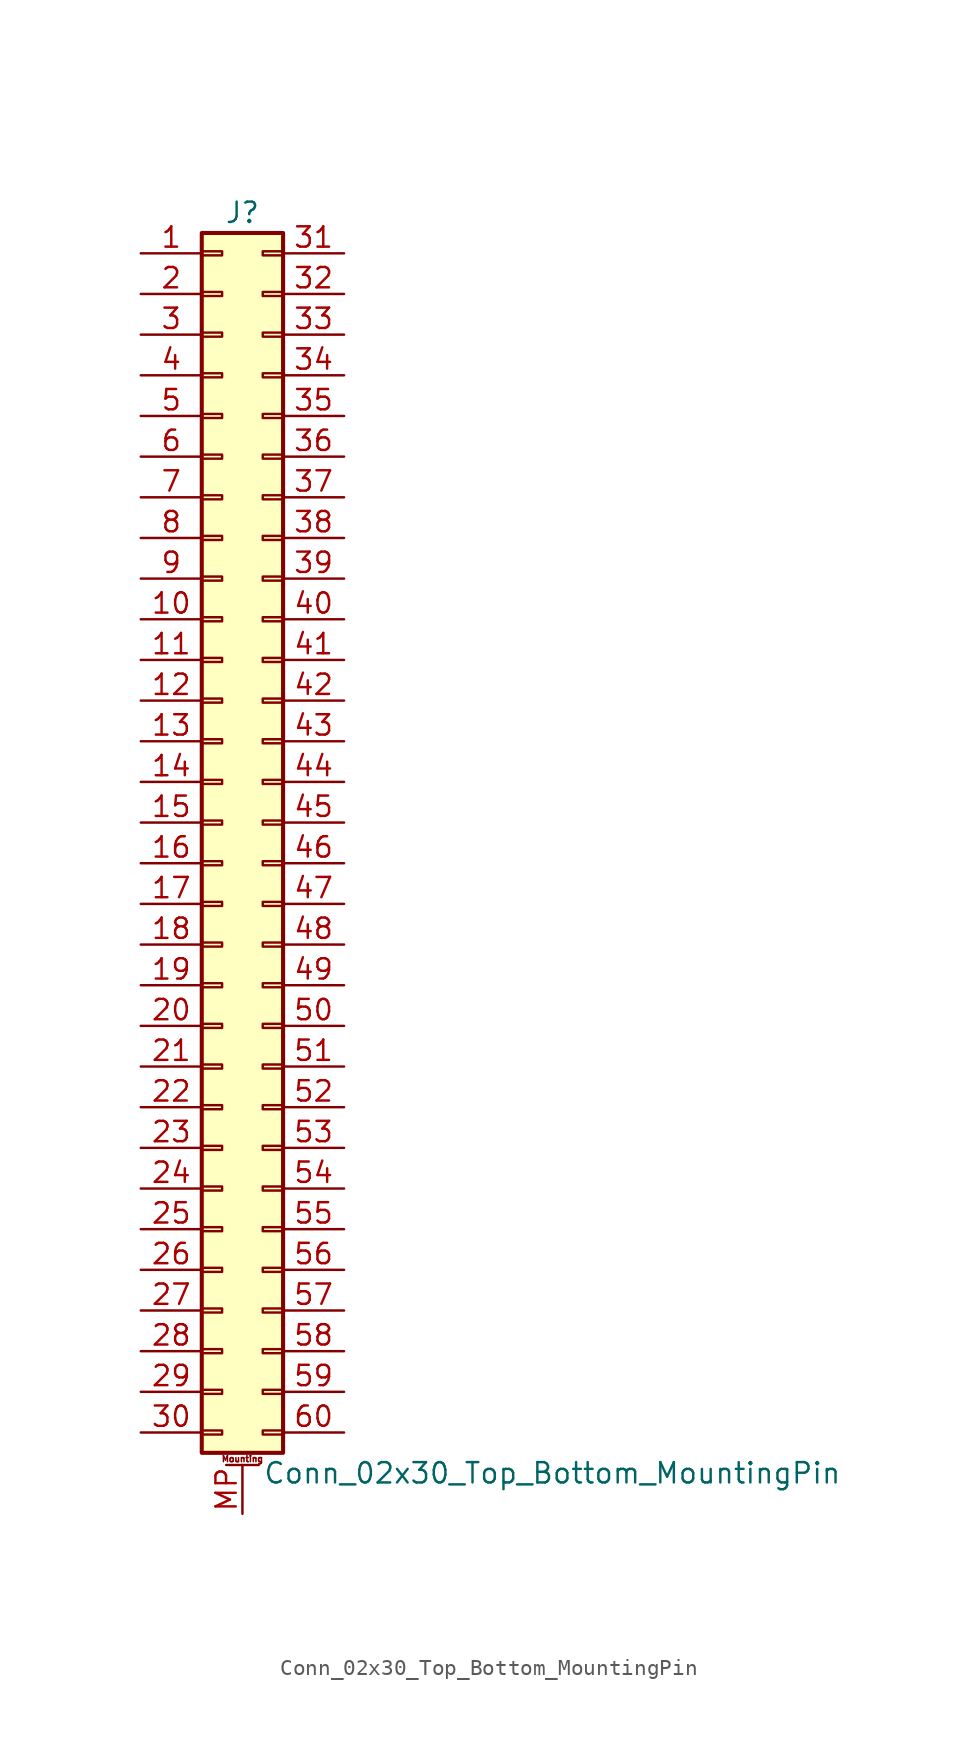
<source format=kicad_sym>
(kicad_symbol_lib
  (version 20211014)
  (generator kicad_symbol_editor)
  (symbol "Conn_02x30_Top_Bottom_MountingPin"
    (pin_names
      (offset 1.016) hide)
    (property "Reference" "J"
      (at 1.27 38.1 0)
      (effects (font (size 1.27 1.27))))
    (property "Value" "Conn_02x30_Top_Bottom_MountingPin"
      (at 2.54 -40.64 0)
      (effects (font (size 1.27 1.27)) (justify left)))
    (symbol "Conn_02x30_Top_Bottom_MountingPin_1_1"
      (rectangle (start -1.27 -37.973) (end 0 -38.227) (stroke (width 0.152) (type default) (color 0 0 0 0)) (fill (type none)))
      (rectangle (start -1.27 -35.433) (end 0 -35.687) (stroke (width 0.152) (type default) (color 0 0 0 0)) (fill (type none)))
      (rectangle (start -1.27 -32.893) (end 0 -33.147) (stroke (width 0.152) (type default) (color 0 0 0 0)) (fill (type none)))
      (rectangle (start -1.27 -30.353) (end 0 -30.607) (stroke (width 0.152) (type default) (color 0 0 0 0)) (fill (type none)))
      (rectangle (start -1.27 -27.813) (end 0 -28.067) (stroke (width 0.152) (type default) (color 0 0 0 0)) (fill (type none)))
      (rectangle (start -1.27 -25.273) (end 0 -25.527) (stroke (width 0.152) (type default) (color 0 0 0 0)) (fill (type none)))
      (rectangle (start -1.27 -22.733) (end 0 -22.987) (stroke (width 0.152) (type default) (color 0 0 0 0)) (fill (type none)))
      (rectangle (start -1.27 -20.193) (end 0 -20.447) (stroke (width 0.152) (type default) (color 0 0 0 0)) (fill (type none)))
      (rectangle (start -1.27 -17.653) (end 0 -17.907) (stroke (width 0.152) (type default) (color 0 0 0 0)) (fill (type none)))
      (rectangle (start -1.27 -15.113) (end 0 -15.367) (stroke (width 0.152) (type default) (color 0 0 0 0)) (fill (type none)))
      (rectangle (start -1.27 -12.573) (end 0 -12.827) (stroke (width 0.152) (type default) (color 0 0 0 0)) (fill (type none)))
      (rectangle (start -1.27 -10.033) (end 0 -10.287) (stroke (width 0.152) (type default) (color 0 0 0 0)) (fill (type none)))
      (rectangle (start -1.27 -7.493) (end 0 -7.747) (stroke (width 0.152) (type default) (color 0 0 0 0)) (fill (type none)))
      (rectangle (start -1.27 -4.953) (end 0 -5.207) (stroke (width 0.152) (type default) (color 0 0 0 0)) (fill (type none)))
      (rectangle (start -1.27 -2.413) (end 0 -2.667) (stroke (width 0.152) (type default) (color 0 0 0 0)) (fill (type none)))
      (rectangle (start -1.27 0.127) (end 0 -0.127) (stroke (width 0.152) (type default) (color 0 0 0 0)) (fill (type none)))
      (rectangle (start -1.27 2.667) (end 0 2.413) (stroke (width 0.152) (type default) (color 0 0 0 0)) (fill (type none)))
      (rectangle (start -1.27 5.207) (end 0 4.953) (stroke (width 0.152) (type default) (color 0 0 0 0)) (fill (type none)))
      (rectangle (start -1.27 7.747) (end 0 7.493) (stroke (width 0.152) (type default) (color 0 0 0 0)) (fill (type none)))
      (rectangle (start -1.27 10.287) (end 0 10.033) (stroke (width 0.152) (type default) (color 0 0 0 0)) (fill (type none)))
      (rectangle (start -1.27 12.827) (end 0 12.573) (stroke (width 0.152) (type default) (color 0 0 0 0)) (fill (type none)))
      (rectangle (start -1.27 15.367) (end 0 15.113) (stroke (width 0.152) (type default) (color 0 0 0 0)) (fill (type none)))
      (rectangle (start -1.27 17.907) (end 0 17.653) (stroke (width 0.152) (type default) (color 0 0 0 0)) (fill (type none)))
      (rectangle (start -1.27 20.447) (end 0 20.193) (stroke (width 0.152) (type default) (color 0 0 0 0)) (fill (type none)))
      (rectangle (start -1.27 22.987) (end 0 22.733) (stroke (width 0.152) (type default) (color 0 0 0 0)) (fill (type none)))
      (rectangle (start -1.27 25.527) (end 0 25.273) (stroke (width 0.152) (type default) (color 0 0 0 0)) (fill (type none)))
      (rectangle (start -1.27 28.067) (end 0 27.813) (stroke (width 0.152) (type default) (color 0 0 0 0)) (fill (type none)))
      (rectangle (start -1.27 30.607) (end 0 30.353) (stroke (width 0.152) (type default) (color 0 0 0 0)) (fill (type none)))
      (rectangle (start -1.27 33.147) (end 0 32.893) (stroke (width 0.152) (type default) (color 0 0 0 0)) (fill (type none)))
      (rectangle (start -1.27 35.687) (end 0 35.433) (stroke (width 0.152) (type default) (color 0 0 0 0)) (fill (type none)))
      (rectangle (start -1.27 36.83) (end 3.81 -39.37) (stroke (width 0.254) (type default) (color 0 0 0 0)) (fill (type background)))
      (polyline (pts (xy 0.254 -40.132) (xy 2.286 -40.132)) (stroke (width 0.152) (type default) (color 0 0 0 0)) (fill (type none)))
      (rectangle (start 3.81 -37.973) (end 2.54 -38.227) (stroke (width 0.152) (type default) (color 0 0 0 0)) (fill (type none)))
      (rectangle (start 3.81 -35.433) (end 2.54 -35.687) (stroke (width 0.152) (type default) (color 0 0 0 0)) (fill (type none)))
      (rectangle (start 3.81 -32.893) (end 2.54 -33.147) (stroke (width 0.152) (type default) (color 0 0 0 0)) (fill (type none)))
      (rectangle (start 3.81 -30.353) (end 2.54 -30.607) (stroke (width 0.152) (type default) (color 0 0 0 0)) (fill (type none)))
      (rectangle (start 3.81 -27.813) (end 2.54 -28.067) (stroke (width 0.152) (type default) (color 0 0 0 0)) (fill (type none)))
      (rectangle (start 3.81 -25.273) (end 2.54 -25.527) (stroke (width 0.152) (type default) (color 0 0 0 0)) (fill (type none)))
      (rectangle (start 3.81 -22.733) (end 2.54 -22.987) (stroke (width 0.152) (type default) (color 0 0 0 0)) (fill (type none)))
      (rectangle (start 3.81 -20.193) (end 2.54 -20.447) (stroke (width 0.152) (type default) (color 0 0 0 0)) (fill (type none)))
      (rectangle (start 3.81 -17.653) (end 2.54 -17.907) (stroke (width 0.152) (type default) (color 0 0 0 0)) (fill (type none)))
      (rectangle (start 3.81 -15.113) (end 2.54 -15.367) (stroke (width 0.152) (type default) (color 0 0 0 0)) (fill (type none)))
      (rectangle (start 3.81 -12.573) (end 2.54 -12.827) (stroke (width 0.152) (type default) (color 0 0 0 0)) (fill (type none)))
      (rectangle (start 3.81 -10.033) (end 2.54 -10.287) (stroke (width 0.152) (type default) (color 0 0 0 0)) (fill (type none)))
      (rectangle (start 3.81 -7.493) (end 2.54 -7.747) (stroke (width 0.152) (type default) (color 0 0 0 0)) (fill (type none)))
      (rectangle (start 3.81 -4.953) (end 2.54 -5.207) (stroke (width 0.152) (type default) (color 0 0 0 0)) (fill (type none)))
      (rectangle (start 3.81 -2.413) (end 2.54 -2.667) (stroke (width 0.152) (type default) (color 0 0 0 0)) (fill (type none)))
      (rectangle (start 3.81 0.127) (end 2.54 -0.127) (stroke (width 0.152) (type default) (color 0 0 0 0)) (fill (type none)))
      (rectangle (start 3.81 2.667) (end 2.54 2.413) (stroke (width 0.152) (type default) (color 0 0 0 0)) (fill (type none)))
      (rectangle (start 3.81 5.207) (end 2.54 4.953) (stroke (width 0.152) (type default) (color 0 0 0 0)) (fill (type none)))
      (rectangle (start 3.81 7.747) (end 2.54 7.493) (stroke (width 0.152) (type default) (color 0 0 0 0)) (fill (type none)))
      (rectangle (start 3.81 10.287) (end 2.54 10.033) (stroke (width 0.152) (type default) (color 0 0 0 0)) (fill (type none)))
      (rectangle (start 3.81 12.827) (end 2.54 12.573) (stroke (width 0.152) (type default) (color 0 0 0 0)) (fill (type none)))
      (rectangle (start 3.81 15.367) (end 2.54 15.113) (stroke (width 0.152) (type default) (color 0 0 0 0)) (fill (type none)))
      (rectangle (start 3.81 17.907) (end 2.54 17.653) (stroke (width 0.152) (type default) (color 0 0 0 0)) (fill (type none)))
      (rectangle (start 3.81 20.447) (end 2.54 20.193) (stroke (width 0.152) (type default) (color 0 0 0 0)) (fill (type none)))
      (rectangle (start 3.81 22.987) (end 2.54 22.733) (stroke (width 0.152) (type default) (color 0 0 0 0)) (fill (type none)))
      (rectangle (start 3.81 25.527) (end 2.54 25.273) (stroke (width 0.152) (type default) (color 0 0 0 0)) (fill (type none)))
      (rectangle (start 3.81 28.067) (end 2.54 27.813) (stroke (width 0.152) (type default) (color 0 0 0 0)) (fill (type none)))
      (rectangle (start 3.81 30.607) (end 2.54 30.353) (stroke (width 0.152) (type default) (color 0 0 0 0)) (fill (type none)))
      (rectangle (start 3.81 33.147) (end 2.54 32.893) (stroke (width 0.152) (type default) (color 0 0 0 0)) (fill (type none)))
      (rectangle (start 3.81 35.687) (end 2.54 35.433) (stroke (width 0.152) (type default) (color 0 0 0 0)) (fill (type none)))
      (text "Mounting" (at 1.27 -39.751 0) (effects (font (size 0.381 0.381))))
      (pin passive line (at -5.08 35.56 0) (length 3.81) (name "Pin_1" (effects (font (size 1.27 1.27)))) (number "1" (effects (font (size 1.27 1.27)))))
      (pin passive line (at -5.08 12.7 0) (length 3.81) (name "Pin_10" (effects (font (size 1.27 1.27)))) (number "10" (effects (font (size 1.27 1.27)))))
      (pin passive line (at -5.08 10.16 0) (length 3.81) (name "Pin_11" (effects (font (size 1.27 1.27)))) (number "11" (effects (font (size 1.27 1.27)))))
      (pin passive line (at -5.08 7.62 0) (length 3.81) (name "Pin_12" (effects (font (size 1.27 1.27)))) (number "12" (effects (font (size 1.27 1.27)))))
      (pin passive line (at -5.08 5.08 0) (length 3.81) (name "Pin_13" (effects (font (size 1.27 1.27)))) (number "13" (effects (font (size 1.27 1.27)))))
      (pin passive line (at -5.08 2.54 0) (length 3.81) (name "Pin_14" (effects (font (size 1.27 1.27)))) (number "14" (effects (font (size 1.27 1.27)))))
      (pin passive line (at -5.08 0 0) (length 3.81) (name "Pin_15" (effects (font (size 1.27 1.27)))) (number "15" (effects (font (size 1.27 1.27)))))
      (pin passive line (at -5.08 -2.54 0) (length 3.81) (name "Pin_16" (effects (font (size 1.27 1.27)))) (number "16" (effects (font (size 1.27 1.27)))))
      (pin passive line (at -5.08 -5.08 0) (length 3.81) (name "Pin_17" (effects (font (size 1.27 1.27)))) (number "17" (effects (font (size 1.27 1.27)))))
      (pin passive line (at -5.08 -7.62 0) (length 3.81) (name "Pin_18" (effects (font (size 1.27 1.27)))) (number "18" (effects (font (size 1.27 1.27)))))
      (pin passive line (at -5.08 -10.16 0) (length 3.81) (name "Pin_19" (effects (font (size 1.27 1.27)))) (number "19" (effects (font (size 1.27 1.27)))))
      (pin passive line (at -5.08 33.02 0) (length 3.81) (name "Pin_2" (effects (font (size 1.27 1.27)))) (number "2" (effects (font (size 1.27 1.27)))))
      (pin passive line (at -5.08 -12.7 0) (length 3.81) (name "Pin_20" (effects (font (size 1.27 1.27)))) (number "20" (effects (font (size 1.27 1.27)))))
      (pin passive line (at -5.08 -15.24 0) (length 3.81) (name "Pin_21" (effects (font (size 1.27 1.27)))) (number "21" (effects (font (size 1.27 1.27)))))
      (pin passive line (at -5.08 -17.78 0) (length 3.81) (name "Pin_22" (effects (font (size 1.27 1.27)))) (number "22" (effects (font (size 1.27 1.27)))))
      (pin passive line (at -5.08 -20.32 0) (length 3.81) (name "Pin_23" (effects (font (size 1.27 1.27)))) (number "23" (effects (font (size 1.27 1.27)))))
      (pin passive line (at -5.08 -22.86 0) (length 3.81) (name "Pin_24" (effects (font (size 1.27 1.27)))) (number "24" (effects (font (size 1.27 1.27)))))
      (pin passive line (at -5.08 -25.4 0) (length 3.81) (name "Pin_25" (effects (font (size 1.27 1.27)))) (number "25" (effects (font (size 1.27 1.27)))))
      (pin passive line (at -5.08 -27.94 0) (length 3.81) (name "Pin_26" (effects (font (size 1.27 1.27)))) (number "26" (effects (font (size 1.27 1.27)))))
      (pin passive line (at -5.08 -30.48 0) (length 3.81) (name "Pin_27" (effects (font (size 1.27 1.27)))) (number "27" (effects (font (size 1.27 1.27)))))
      (pin passive line (at -5.08 -33.02 0) (length 3.81) (name "Pin_28" (effects (font (size 1.27 1.27)))) (number "28" (effects (font (size 1.27 1.27)))))
      (pin passive line (at -5.08 -35.56 0) (length 3.81) (name "Pin_29" (effects (font (size 1.27 1.27)))) (number "29" (effects (font (size 1.27 1.27)))))
      (pin passive line (at -5.08 30.48 0) (length 3.81) (name "Pin_3" (effects (font (size 1.27 1.27)))) (number "3" (effects (font (size 1.27 1.27)))))
      (pin passive line (at -5.08 -38.1 0) (length 3.81) (name "Pin_30" (effects (font (size 1.27 1.27)))) (number "30" (effects (font (size 1.27 1.27)))))
      (pin passive line (at 7.62 35.56 180) (length 3.81) (name "Pin_31" (effects (font (size 1.27 1.27)))) (number "31" (effects (font (size 1.27 1.27)))))
      (pin passive line (at 7.62 33.02 180) (length 3.81) (name "Pin_32" (effects (font (size 1.27 1.27)))) (number "32" (effects (font (size 1.27 1.27)))))
      (pin passive line (at 7.62 30.48 180) (length 3.81) (name "Pin_33" (effects (font (size 1.27 1.27)))) (number "33" (effects (font (size 1.27 1.27)))))
      (pin passive line (at 7.62 27.94 180) (length 3.81) (name "Pin_34" (effects (font (size 1.27 1.27)))) (number "34" (effects (font (size 1.27 1.27)))))
      (pin passive line (at 7.62 25.4 180) (length 3.81) (name "Pin_35" (effects (font (size 1.27 1.27)))) (number "35" (effects (font (size 1.27 1.27)))))
      (pin passive line (at 7.62 22.86 180) (length 3.81) (name "Pin_36" (effects (font (size 1.27 1.27)))) (number "36" (effects (font (size 1.27 1.27)))))
      (pin passive line (at 7.62 20.32 180) (length 3.81) (name "Pin_37" (effects (font (size 1.27 1.27)))) (number "37" (effects (font (size 1.27 1.27)))))
      (pin passive line (at 7.62 17.78 180) (length 3.81) (name "Pin_38" (effects (font (size 1.27 1.27)))) (number "38" (effects (font (size 1.27 1.27)))))
      (pin passive line (at 7.62 15.24 180) (length 3.81) (name "Pin_39" (effects (font (size 1.27 1.27)))) (number "39" (effects (font (size 1.27 1.27)))))
      (pin passive line (at -5.08 27.94 0) (length 3.81) (name "Pin_4" (effects (font (size 1.27 1.27)))) (number "4" (effects (font (size 1.27 1.27)))))
      (pin passive line (at 7.62 12.7 180) (length 3.81) (name "Pin_40" (effects (font (size 1.27 1.27)))) (number "40" (effects (font (size 1.27 1.27)))))
      (pin passive line (at 7.62 10.16 180) (length 3.81) (name "Pin_41" (effects (font (size 1.27 1.27)))) (number "41" (effects (font (size 1.27 1.27)))))
      (pin passive line (at 7.62 7.62 180) (length 3.81) (name "Pin_42" (effects (font (size 1.27 1.27)))) (number "42" (effects (font (size 1.27 1.27)))))
      (pin passive line (at 7.62 5.08 180) (length 3.81) (name "Pin_43" (effects (font (size 1.27 1.27)))) (number "43" (effects (font (size 1.27 1.27)))))
      (pin passive line (at 7.62 2.54 180) (length 3.81) (name "Pin_44" (effects (font (size 1.27 1.27)))) (number "44" (effects (font (size 1.27 1.27)))))
      (pin passive line (at 7.62 0 180) (length 3.81) (name "Pin_45" (effects (font (size 1.27 1.27)))) (number "45" (effects (font (size 1.27 1.27)))))
      (pin passive line (at 7.62 -2.54 180) (length 3.81) (name "Pin_46" (effects (font (size 1.27 1.27)))) (number "46" (effects (font (size 1.27 1.27)))))
      (pin passive line (at 7.62 -5.08 180) (length 3.81) (name "Pin_47" (effects (font (size 1.27 1.27)))) (number "47" (effects (font (size 1.27 1.27)))))
      (pin passive line (at 7.62 -7.62 180) (length 3.81) (name "Pin_48" (effects (font (size 1.27 1.27)))) (number "48" (effects (font (size 1.27 1.27)))))
      (pin passive line (at 7.62 -10.16 180) (length 3.81) (name "Pin_49" (effects (font (size 1.27 1.27)))) (number "49" (effects (font (size 1.27 1.27)))))
      (pin passive line (at -5.08 25.4 0) (length 3.81) (name "Pin_5" (effects (font (size 1.27 1.27)))) (number "5" (effects (font (size 1.27 1.27)))))
      (pin passive line (at 7.62 -12.7 180) (length 3.81) (name "Pin_50" (effects (font (size 1.27 1.27)))) (number "50" (effects (font (size 1.27 1.27)))))
      (pin passive line (at 7.62 -15.24 180) (length 3.81) (name "Pin_51" (effects (font (size 1.27 1.27)))) (number "51" (effects (font (size 1.27 1.27)))))
      (pin passive line (at 7.62 -17.78 180) (length 3.81) (name "Pin_52" (effects (font (size 1.27 1.27)))) (number "52" (effects (font (size 1.27 1.27)))))
      (pin passive line (at 7.62 -20.32 180) (length 3.81) (name "Pin_53" (effects (font (size 1.27 1.27)))) (number "53" (effects (font (size 1.27 1.27)))))
      (pin passive line (at 7.62 -22.86 180) (length 3.81) (name "Pin_54" (effects (font (size 1.27 1.27)))) (number "54" (effects (font (size 1.27 1.27)))))
      (pin passive line (at 7.62 -25.4 180) (length 3.81) (name "Pin_55" (effects (font (size 1.27 1.27)))) (number "55" (effects (font (size 1.27 1.27)))))
      (pin passive line (at 7.62 -27.94 180) (length 3.81) (name "Pin_56" (effects (font (size 1.27 1.27)))) (number "56" (effects (font (size 1.27 1.27)))))
      (pin passive line (at 7.62 -30.48 180) (length 3.81) (name "Pin_57" (effects (font (size 1.27 1.27)))) (number "57" (effects (font (size 1.27 1.27)))))
      (pin passive line (at 7.62 -33.02 180) (length 3.81) (name "Pin_58" (effects (font (size 1.27 1.27)))) (number "58" (effects (font (size 1.27 1.27)))))
      (pin passive line (at 7.62 -35.56 180) (length 3.81) (name "Pin_59" (effects (font (size 1.27 1.27)))) (number "59" (effects (font (size 1.27 1.27)))))
      (pin passive line (at -5.08 22.86 0) (length 3.81) (name "Pin_6" (effects (font (size 1.27 1.27)))) (number "6" (effects (font (size 1.27 1.27)))))
      (pin passive line (at 7.62 -38.1 180) (length 3.81) (name "Pin_60" (effects (font (size 1.27 1.27)))) (number "60" (effects (font (size 1.27 1.27)))))
      (pin passive line (at -5.08 20.32 0) (length 3.81) (name "Pin_7" (effects (font (size 1.27 1.27)))) (number "7" (effects (font (size 1.27 1.27)))))
      (pin passive line (at -5.08 17.78 0) (length 3.81) (name "Pin_8" (effects (font (size 1.27 1.27)))) (number "8" (effects (font (size 1.27 1.27)))))
      (pin passive line (at -5.08 15.24 0) (length 3.81) (name "Pin_9" (effects (font (size 1.27 1.27)))) (number "9" (effects (font (size 1.27 1.27)))))
      (pin passive line (at 1.27 -43.18 90) (length 3.048) (name "MountPin" (effects (font (size 1.27 1.27)))) (number "MP" (effects (font (size 1.27 1.27))))))))
</source>
